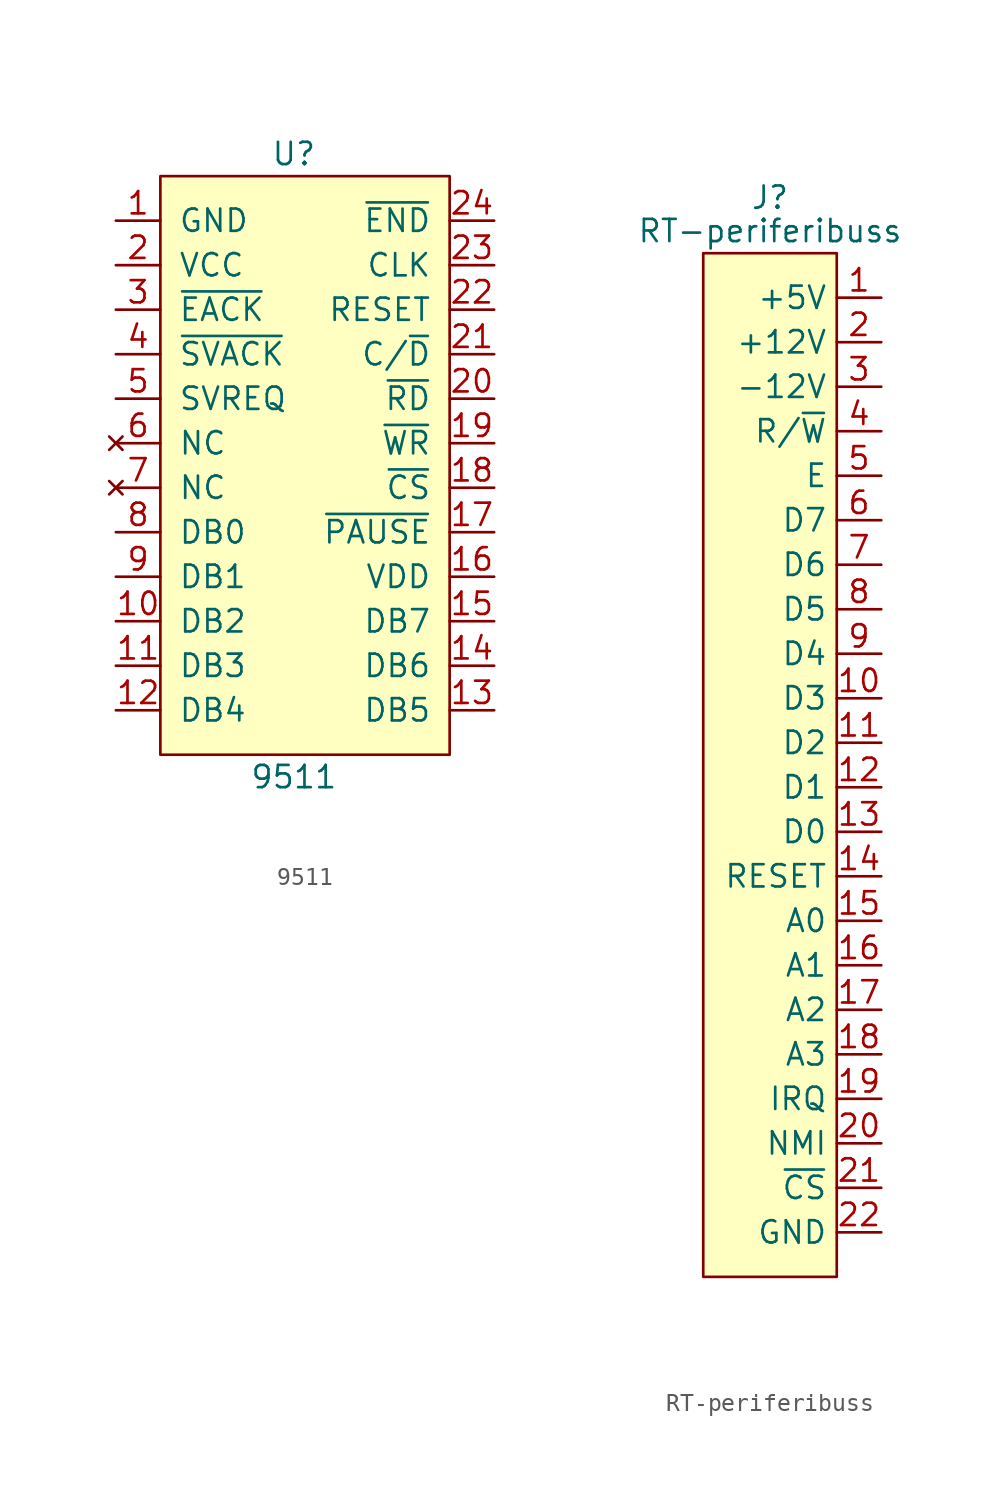
<source format=kicad_sym>
(kicad_symbol_lib
  (version 20220914)
  (generator kicad_symbol_editor)
  (symbol "9511"
    (pin_names
      (offset 1.016))
    (property "Reference" "U"
      (at 0 16.51 0)
      (effects (font (size 1.27 1.27))))
    (property "Value" "9511"
      (at 0 -19.05 0)
      (effects (font (size 1.27 1.27))))
    (symbol "9511_1_1"
      (rectangle (start -7.62 15.24) (end 8.89 -17.78) (stroke (width 0) (type solid)) (fill (type background)))
      (pin power_in line (at -10.16 12.7 0) (length 2.54) (name "GND" (effects (font (size 1.27 1.27)))) (number "1" (effects (font (size 1.27 1.27)))))
      (pin bidirectional line (at -10.16 -10.16 0) (length 2.54) (name "DB2" (effects (font (size 1.27 1.27)))) (number "10" (effects (font (size 1.27 1.27)))))
      (pin bidirectional line (at -10.16 -12.7 0) (length 2.54) (name "DB3" (effects (font (size 1.27 1.27)))) (number "11" (effects (font (size 1.27 1.27)))))
      (pin bidirectional line (at -10.16 -15.24 0) (length 2.54) (name "DB4" (effects (font (size 1.27 1.27)))) (number "12" (effects (font (size 1.27 1.27)))))
      (pin bidirectional line (at 11.43 -15.24 180) (length 2.54) (name "DB5" (effects (font (size 1.27 1.27)))) (number "13" (effects (font (size 1.27 1.27)))))
      (pin bidirectional line (at 11.43 -12.7 180) (length 2.54) (name "DB6" (effects (font (size 1.27 1.27)))) (number "14" (effects (font (size 1.27 1.27)))))
      (pin bidirectional line (at 11.43 -10.16 180) (length 2.54) (name "DB7" (effects (font (size 1.27 1.27)))) (number "15" (effects (font (size 1.27 1.27)))))
      (pin power_in line (at 11.43 -7.62 180) (length 2.54) (name "VDD" (effects (font (size 1.27 1.27)))) (number "16" (effects (font (size 1.27 1.27)))))
      (pin output line (at 11.43 -5.08 180) (length 2.54) (name "~{PAUSE}" (effects (font (size 1.27 1.27)))) (number "17" (effects (font (size 1.27 1.27)))))
      (pin input line (at 11.43 -2.54 180) (length 2.54) (name "~{CS}" (effects (font (size 1.27 1.27)))) (number "18" (effects (font (size 1.27 1.27)))))
      (pin input line (at 11.43 0 180) (length 2.54) (name "~{WR}" (effects (font (size 1.27 1.27)))) (number "19" (effects (font (size 1.27 1.27)))))
      (pin power_in line (at -10.16 10.16 0) (length 2.54) (name "VCC" (effects (font (size 1.27 1.27)))) (number "2" (effects (font (size 1.27 1.27)))))
      (pin input line (at 11.43 2.54 180) (length 2.54) (name "~{RD}" (effects (font (size 1.27 1.27)))) (number "20" (effects (font (size 1.27 1.27)))))
      (pin input line (at 11.43 5.08 180) (length 2.54) (name "C/~{D}" (effects (font (size 1.27 1.27)))) (number "21" (effects (font (size 1.27 1.27)))))
      (pin input line (at 11.43 7.62 180) (length 2.54) (name "RESET" (effects (font (size 1.27 1.27)))) (number "22" (effects (font (size 1.27 1.27)))))
      (pin input line (at 11.43 10.16 180) (length 2.54) (name "CLK" (effects (font (size 1.27 1.27)))) (number "23" (effects (font (size 1.27 1.27)))))
      (pin input line (at 11.43 12.7 180) (length 2.54) (name "~{END}" (effects (font (size 1.27 1.27)))) (number "24" (effects (font (size 1.27 1.27)))))
      (pin input line (at -10.16 7.62 0) (length 2.54) (name "~{EACK}" (effects (font (size 1.27 1.27)))) (number "3" (effects (font (size 1.27 1.27)))))
      (pin input line (at -10.16 5.08 0) (length 2.54) (name "~{SVACK}" (effects (font (size 1.27 1.27)))) (number "4" (effects (font (size 1.27 1.27)))))
      (pin output line (at -10.16 2.54 0) (length 2.54) (name "SVREQ" (effects (font (size 1.27 1.27)))) (number "5" (effects (font (size 1.27 1.27)))))
      (pin no_connect line (at -10.16 0 0) (length 2.54) (name "NC" (effects (font (size 1.27 1.27)))) (number "6" (effects (font (size 1.27 1.27)))))
      (pin no_connect line (at -10.16 -2.54 0) (length 2.54) (name "NC" (effects (font (size 1.27 1.27)))) (number "7" (effects (font (size 1.27 1.27)))))
      (pin bidirectional line (at -10.16 -5.08 0) (length 2.54) (name "DB0" (effects (font (size 1.27 1.27)))) (number "8" (effects (font (size 1.27 1.27)))))
      (pin bidirectional line (at -10.16 -7.62 0) (length 2.54) (name "DB1" (effects (font (size 1.27 1.27)))) (number "9" (effects (font (size 1.27 1.27)))))))
  (symbol "RT-periferibuss"
    (property "Reference" "J"
      (at 0 32.385 0)
      (effects (font (size 1.27 1.27))))
    (property "Value" "RT-periferibuss"
      (at 0 30.48 0)
      (effects (font (size 1.27 1.27))))
    (symbol "RT-periferibuss_0_0"
      (pin bidirectional line (at 6.35 3.81 180) (length 2.54) (name "D3" (effects (font (size 1.27 1.27)))) (number "10" (effects (font (size 1.27 1.27)))))
      (pin bidirectional line (at 6.35 1.27 180) (length 2.54) (name "D2" (effects (font (size 1.27 1.27)))) (number "11" (effects (font (size 1.27 1.27)))))
      (pin bidirectional line (at 6.35 -1.27 180) (length 2.54) (name "D1" (effects (font (size 1.27 1.27)))) (number "12" (effects (font (size 1.27 1.27)))))
      (pin bidirectional line (at 6.35 -3.81 180) (length 2.54) (name "D0" (effects (font (size 1.27 1.27)))) (number "13" (effects (font (size 1.27 1.27)))))
      (pin output line (at 6.35 -6.35 180) (length 2.54) (name "RESET" (effects (font (size 1.27 1.27)))) (number "14" (effects (font (size 1.27 1.27)))))
      (pin output line (at 6.35 -8.89 180) (length 2.54) (name "A0" (effects (font (size 1.27 1.27)))) (number "15" (effects (font (size 1.27 1.27)))))
      (pin output line (at 6.35 -11.43 180) (length 2.54) (name "A1" (effects (font (size 1.27 1.27)))) (number "16" (effects (font (size 1.27 1.27)))))
      (pin output line (at 6.35 -13.97 180) (length 2.54) (name "A2" (effects (font (size 1.27 1.27)))) (number "17" (effects (font (size 1.27 1.27)))))
      (pin output line (at 6.35 -16.51 180) (length 2.54) (name "A3" (effects (font (size 1.27 1.27)))) (number "18" (effects (font (size 1.27 1.27)))))
      (pin bidirectional line (at 6.35 -19.05 180) (length 2.54) (name "IRQ" (effects (font (size 1.27 1.27)))) (number "19" (effects (font (size 1.27 1.27)))))
      (pin bidirectional line (at 6.35 -21.59 180) (length 2.54) (name "NMI" (effects (font (size 1.27 1.27)))) (number "20" (effects (font (size 1.27 1.27)))))
      (pin output line (at 6.35 -24.13 180) (length 2.54) (name "~{CS}" (effects (font (size 1.27 1.27)))) (number "21" (effects (font (size 1.27 1.27)))))
      (pin power_in line (at 6.35 -26.67 180) (length 2.54) (name "GND" (effects (font (size 1.27 1.27)))) (number "22" (effects (font (size 1.27 1.27)))))
      (pin power_out line (at 6.35 21.59 180) (length 2.54) (name "-12V" (effects (font (size 1.27 1.27)))) (number "3" (effects (font (size 1.27 1.27)))))
      (pin output line (at 6.35 16.51 180) (length 2.54) (name "E" (effects (font (size 1.27 1.27)))) (number "5" (effects (font (size 1.27 1.27)))))
      (pin bidirectional line (at 6.35 13.97 180) (length 2.54) (name "D7" (effects (font (size 1.27 1.27)))) (number "6" (effects (font (size 1.27 1.27)))))
      (pin bidirectional line (at 6.35 11.43 180) (length 2.54) (name "D6" (effects (font (size 1.27 1.27)))) (number "7" (effects (font (size 1.27 1.27)))))
      (pin bidirectional line (at 6.35 8.89 180) (length 2.54) (name "D5" (effects (font (size 1.27 1.27)))) (number "8" (effects (font (size 1.27 1.27)))))
      (pin bidirectional line (at 6.35 6.35 180) (length 2.54) (name "D4" (effects (font (size 1.27 1.27)))) (number "9" (effects (font (size 1.27 1.27))))))
    (symbol "RT-periferibuss_1_0"
      (pin power_out line (at 6.35 26.67 180) (length 2.54) (name "+5V" (effects (font (size 1.27 1.27)))) (number "1" (effects (font (size 1.27 1.27)))))
      (pin power_out line (at 6.35 24.13 180) (length 2.54) (name "+12V" (effects (font (size 1.27 1.27)))) (number "2" (effects (font (size 1.27 1.27)))))
      (pin output line (at 6.35 19.05 180) (length 2.54) (name "R/~{W}" (effects (font (size 1.27 1.27)))) (number "4" (effects (font (size 1.27 1.27))))))
    (symbol "RT-periferibuss_1_1"
      (rectangle (start -3.81 29.21) (end 3.81 -29.21) (stroke (width 0) (type default)) (fill (type background))))))
</source>
